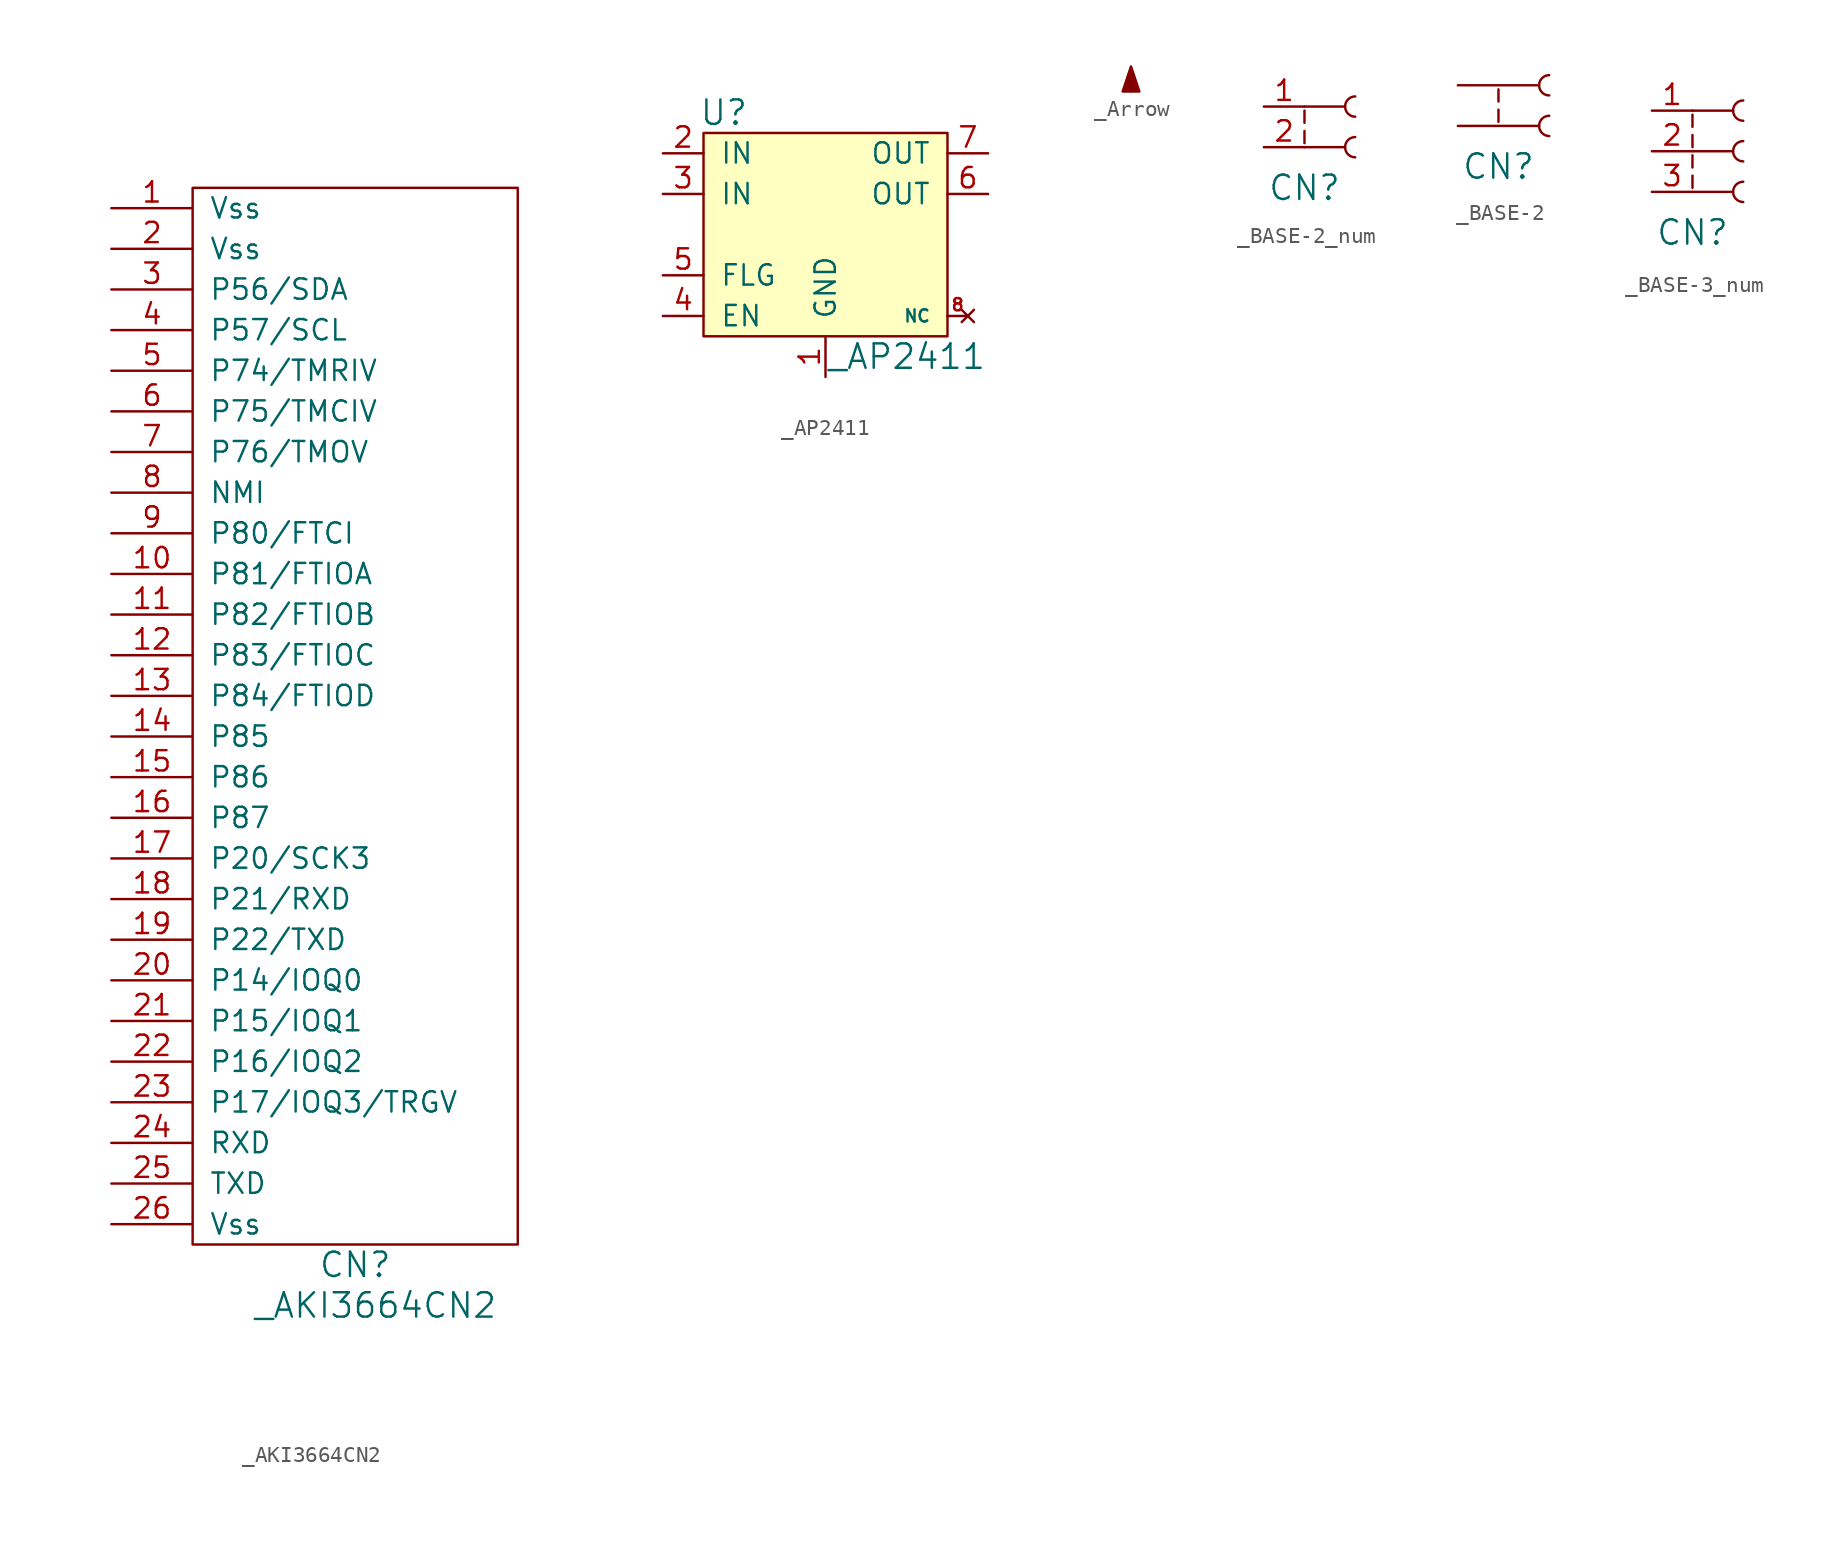
<source format=kicad_sym>
(kicad_symbol_lib
  (version 20220914)
  (generator kicad_symbol_editor)
  (symbol "_AKI3664CN2"
    (pin_names
      (offset 1.016))
    (property "Reference" "CN"
      (at 0 -34.29 0)
      (effects (font (size 1.524 1.524))))
    (property "Value" "_AKI3664CN2"
      (at 1.27 -36.83 0)
      (effects (font (size 1.524 1.524))))
    (property "Footprint" ""
      (at 1.27 0 0)
      (effects (font (size 1.524 1.524))))
    (property "Datasheet" ""
      (at 1.27 0 0)
      (effects (font (size 1.524 1.524))))
    (symbol "_AKI3664CN2_0_1"
      (rectangle (start -10.16 33.02) (end 10.16 -33.02) (stroke (width 0) (type solid)) (fill (type none))))
    (symbol "_AKI3664CN2_1_1"
      (pin input line (at -15.24 31.75 0) (length 5.08) (name "Vss" (effects (font (size 1.27 1.27)))) (number "1" (effects (font (size 1.27 1.27)))))
      (pin bidirectional line (at -15.24 8.89 0) (length 5.08) (name "P81/FTIOA" (effects (font (size 1.27 1.27)))) (number "10" (effects (font (size 1.27 1.27)))))
      (pin bidirectional line (at -15.24 6.35 0) (length 5.08) (name "P82/FTIOB" (effects (font (size 1.27 1.27)))) (number "11" (effects (font (size 1.27 1.27)))))
      (pin input line (at -15.24 3.81 0) (length 5.08) (name "P83/FTIOC" (effects (font (size 1.27 1.27)))) (number "12" (effects (font (size 1.27 1.27)))))
      (pin bidirectional line (at -15.24 1.27 0) (length 5.08) (name "P84/FTIOD" (effects (font (size 1.27 1.27)))) (number "13" (effects (font (size 1.27 1.27)))))
      (pin bidirectional line (at -15.24 -1.27 0) (length 5.08) (name "P85" (effects (font (size 1.27 1.27)))) (number "14" (effects (font (size 1.27 1.27)))))
      (pin bidirectional line (at -15.24 -3.81 0) (length 5.08) (name "P86" (effects (font (size 1.27 1.27)))) (number "15" (effects (font (size 1.27 1.27)))))
      (pin bidirectional line (at -15.24 -6.35 0) (length 5.08) (name "P87" (effects (font (size 1.27 1.27)))) (number "16" (effects (font (size 1.27 1.27)))))
      (pin bidirectional line (at -15.24 -8.89 0) (length 5.08) (name "P20/SCK3" (effects (font (size 1.27 1.27)))) (number "17" (effects (font (size 1.27 1.27)))))
      (pin bidirectional line (at -15.24 -11.43 0) (length 5.08) (name "P21/RXD" (effects (font (size 1.27 1.27)))) (number "18" (effects (font (size 1.27 1.27)))))
      (pin bidirectional line (at -15.24 -13.97 0) (length 5.08) (name "P22/TXD" (effects (font (size 1.27 1.27)))) (number "19" (effects (font (size 1.27 1.27)))))
      (pin input line (at -15.24 29.21 0) (length 5.08) (name "Vss" (effects (font (size 1.27 1.27)))) (number "2" (effects (font (size 1.27 1.27)))))
      (pin bidirectional line (at -15.24 -16.51 0) (length 5.08) (name "P14/IOQ0" (effects (font (size 1.27 1.27)))) (number "20" (effects (font (size 1.27 1.27)))))
      (pin bidirectional line (at -15.24 -19.05 0) (length 5.08) (name "P15/IOQ1" (effects (font (size 1.27 1.27)))) (number "21" (effects (font (size 1.27 1.27)))))
      (pin bidirectional line (at -15.24 -21.59 0) (length 5.08) (name "P16/IOQ2" (effects (font (size 1.27 1.27)))) (number "22" (effects (font (size 1.27 1.27)))))
      (pin bidirectional line (at -15.24 -24.13 0) (length 5.08) (name "P17/IOQ3/TRGV" (effects (font (size 1.27 1.27)))) (number "23" (effects (font (size 1.27 1.27)))))
      (pin bidirectional line (at -15.24 -26.67 0) (length 5.08) (name "RXD" (effects (font (size 1.27 1.27)))) (number "24" (effects (font (size 1.27 1.27)))))
      (pin bidirectional line (at -15.24 -29.21 0) (length 5.08) (name "TXD" (effects (font (size 1.27 1.27)))) (number "25" (effects (font (size 1.27 1.27)))))
      (pin bidirectional line (at -15.24 -31.75 0) (length 5.08) (name "Vss" (effects (font (size 1.27 1.27)))) (number "26" (effects (font (size 1.27 1.27)))))
      (pin bidirectional line (at -15.24 26.67 0) (length 5.08) (name "P56/SDA" (effects (font (size 1.27 1.27)))) (number "3" (effects (font (size 1.27 1.27)))))
      (pin bidirectional line (at -15.24 24.13 0) (length 5.08) (name "P57/SCL" (effects (font (size 1.27 1.27)))) (number "4" (effects (font (size 1.27 1.27)))))
      (pin bidirectional line (at -15.24 21.59 0) (length 5.08) (name "P74/TMRIV" (effects (font (size 1.27 1.27)))) (number "5" (effects (font (size 1.27 1.27)))))
      (pin bidirectional line (at -15.24 19.05 0) (length 5.08) (name "P75/TMCIV" (effects (font (size 1.27 1.27)))) (number "6" (effects (font (size 1.27 1.27)))))
      (pin bidirectional line (at -15.24 16.51 0) (length 5.08) (name "P76/TMOV" (effects (font (size 1.27 1.27)))) (number "7" (effects (font (size 1.27 1.27)))))
      (pin bidirectional line (at -15.24 13.97 0) (length 5.08) (name "NMI" (effects (font (size 1.27 1.27)))) (number "8" (effects (font (size 1.27 1.27)))))
      (pin bidirectional line (at -15.24 11.43 0) (length 5.08) (name "P80/FTCI" (effects (font (size 1.27 1.27)))) (number "9" (effects (font (size 1.27 1.27)))))))
  (symbol "_AP2411"
    (pin_names
      (offset 1.016))
    (property "Reference" "U"
      (at -6.35 7.62 0)
      (effects (font (size 1.524 1.524))))
    (property "Value" "_AP2411"
      (at 5.08 -7.62 0)
      (effects (font (size 1.524 1.524))))
    (symbol "_AP2411_0_1"
      (rectangle (start -7.62 6.35) (end 7.62 -6.35) (stroke (width 0) (type solid)) (fill (type background))))
    (symbol "_AP2411_1_1"
      (pin power_in line (at 0 -8.89 90) (length 2.54) (name "GND" (effects (font (size 1.27 1.27)))) (number "1" (effects (font (size 1.27 1.27)))))
      (pin power_in line (at -10.16 5.08 0) (length 2.54) (name "IN" (effects (font (size 1.27 1.27)))) (number "2" (effects (font (size 1.27 1.27)))))
      (pin power_in line (at -10.16 2.54 0) (length 2.54) (name "IN" (effects (font (size 1.27 1.27)))) (number "3" (effects (font (size 1.27 1.27)))))
      (pin input line (at -10.16 -5.08 0) (length 2.54) (name "EN" (effects (font (size 1.27 1.27)))) (number "4" (effects (font (size 1.27 1.27)))))
      (pin output line (at -10.16 -2.54 0) (length 2.54) (name "FLG" (effects (font (size 1.27 1.27)))) (number "5" (effects (font (size 1.27 1.27)))))
      (pin power_out line (at 10.16 2.54 180) (length 2.54) (name "OUT" (effects (font (size 1.27 1.27)))) (number "6" (effects (font (size 1.27 1.27)))))
      (pin power_out line (at 10.16 5.08 180) (length 2.54) (name "OUT" (effects (font (size 1.27 1.27)))) (number "7" (effects (font (size 1.27 1.27)))))
      (pin no_connect line (at 8.89 -5.08 180) (length 1.27) (name "NC" (effects (font (size 0.762 0.762)))) (number "8" (effects (font (size 0.762 0.762)))))))
  (symbol "_Arrow"
    (pin_numbers hide)
    (pin_names
      (offset 0.254) hide)
    (property "Reference" "D"
      (at -1.27 2.032 0)
      (effects (font (size 1.27 1.27)) (justify left) hide))
    (property "Footprint" ""
      (at 0 0 90)
      (effects (font (size 1.27 1.27))))
    (property "Datasheet" ""
      (at 0 0 90)
      (effects (font (size 1.27 1.27))))
    (symbol "_Arrow_0_1"
      (polyline (pts (xy 0 0.762) (xy -0.508 -0.762) (xy 0.508 -0.762) (xy 0 0.762)) (stroke (width 0) (type solid)) (fill (type outline)))))
  (symbol "_BASE-2_num"
    (pin_names
      (offset 0.025) hide)
    (property "Reference" "CN"
      (at 0 -3.81 0)
      (effects (font (size 1.524 1.524))))
    (property "Footprint" ""
      (at 1.905 -1.27 0)
      (effects (font (size 1.524 1.524))))
    (property "Datasheet" ""
      (at 1.905 -1.27 0)
      (effects (font (size 1.524 1.524))))
    (symbol "_BASE-2_num_0_1"
      (polyline (pts (xy 0 -0.254) (xy 0 -1.016)) (stroke (width 0) (type solid)) (fill (type none)))
      (polyline (pts (xy 0 1.016) (xy 0 0.254)) (stroke (width 0) (type solid)) (fill (type none)))
      (polyline (pts (xy 0 1.27) (xy 2.54 1.27)) (stroke (width 0) (type solid)) (fill (type none)))
      (polyline (pts (xy 2.54 -1.27) (xy 0 -1.27)) (stroke (width 0) (type solid)) (fill (type none)))
      (arc (start 3.175 -0.635) (mid 2.5427 -1.27) (end 3.175 -1.905) (stroke (width 0) (type solid)) (fill (type none)))
      (arc (start 3.175 1.905) (mid 2.5427 1.27) (end 3.175 0.635) (stroke (width 0) (type solid)) (fill (type none))))
    (symbol "_BASE-2_num_1_1"
      (pin bidirectional line (at -2.54 1.27 0) (length 2.54) (name "~" (effects (font (size 1.27 1.27)))) (number "1" (effects (font (size 1.27 1.27)))))
      (pin bidirectional line (at -2.54 -1.27 0) (length 2.54) (name "~" (effects (font (size 1.27 1.27)))) (number "2" (effects (font (size 1.27 1.27)))))))
  (symbol "_BASE-2"
    (pin_numbers hide)
    (pin_names
      (offset 0) hide)
    (property "Reference" "CN"
      (at 0 -3.81 0)
      (effects (font (size 1.524 1.524))))
    (property "Footprint" ""
      (at 1.905 -1.27 0)
      (effects (font (size 1.524 1.524))))
    (property "Datasheet" ""
      (at 1.905 -1.27 0)
      (effects (font (size 1.524 1.524))))
    (symbol "_BASE-2_0_1"
      (polyline (pts (xy 0 -0.254) (xy 0 -1.016)) (stroke (width 0) (type solid)) (fill (type none)))
      (polyline (pts (xy 0 1.016) (xy 0 0.254)) (stroke (width 0) (type solid)) (fill (type none)))
      (arc (start 3.175 -0.635) (mid 2.5427 -1.27) (end 3.175 -1.905) (stroke (width 0) (type solid)) (fill (type none)))
      (arc (start 3.175 1.905) (mid 2.5427 1.27) (end 3.175 0.635) (stroke (width 0) (type solid)) (fill (type none))))
    (symbol "_BASE-2_1_1"
      (pin bidirectional line (at -2.54 1.27 0) (length 5.08) (name "~" (effects (font (size 1.27 1.27)))) (number "1" (effects (font (size 1.27 1.27)))))
      (pin bidirectional line (at -2.54 -1.27 0) (length 5.08) (name "~" (effects (font (size 1.27 1.27)))) (number "2" (effects (font (size 1.27 1.27)))))))
  (symbol "_BASE-3_num"
    (pin_names
      (offset 0.025) hide)
    (property "Reference" "CN"
      (at 0 -5.08 0)
      (effects (font (size 1.524 1.524))))
    (property "Footprint" ""
      (at 1.905 0 0)
      (effects (font (size 1.524 1.524))))
    (property "Datasheet" ""
      (at 1.905 0 0)
      (effects (font (size 1.524 1.524))))
    (symbol "_BASE-3_num_0_1"
      (polyline (pts (xy 0 -1.524) (xy 0 -2.286)) (stroke (width 0) (type solid)) (fill (type none)))
      (polyline (pts (xy 0 -0.254) (xy 0 -1.016)) (stroke (width 0) (type solid)) (fill (type none)))
      (polyline (pts (xy 0 0) (xy 2.54 0)) (stroke (width 0) (type solid)) (fill (type none)))
      (polyline (pts (xy 0 1.016) (xy 0 0.254)) (stroke (width 0) (type solid)) (fill (type none)))
      (polyline (pts (xy 0 2.286) (xy 0 1.524)) (stroke (width 0) (type solid)) (fill (type none)))
      (polyline (pts (xy 2.54 -2.54) (xy 0 -2.54)) (stroke (width 0) (type solid)) (fill (type none)))
      (polyline (pts (xy 2.54 2.54) (xy 0 2.54)) (stroke (width 0) (type solid)) (fill (type none)))
      (arc (start 3.175 -1.905) (mid 2.5427 -2.54) (end 3.175 -3.175) (stroke (width 0) (type solid)) (fill (type none)))
      (arc (start 3.175 0.635) (mid 2.5427 0) (end 3.175 -0.635) (stroke (width 0) (type solid)) (fill (type none)))
      (arc (start 3.175 3.175) (mid 2.5427 2.54) (end 3.175 1.905) (stroke (width 0) (type solid)) (fill (type none))))
    (symbol "_BASE-3_num_1_1"
      (pin bidirectional line (at -2.54 2.54 0) (length 2.54) (name "~" (effects (font (size 1.27 1.27)))) (number "1" (effects (font (size 1.27 1.27)))))
      (pin bidirectional line (at -2.54 0 0) (length 2.54) (name "~" (effects (font (size 1.27 1.27)))) (number "2" (effects (font (size 1.27 1.27)))))
      (pin bidirectional line (at -2.54 -2.54 0) (length 2.54) (name "~" (effects (font (size 1.27 1.27)))) (number "3" (effects (font (size 1.27 1.27))))))))
</source>
